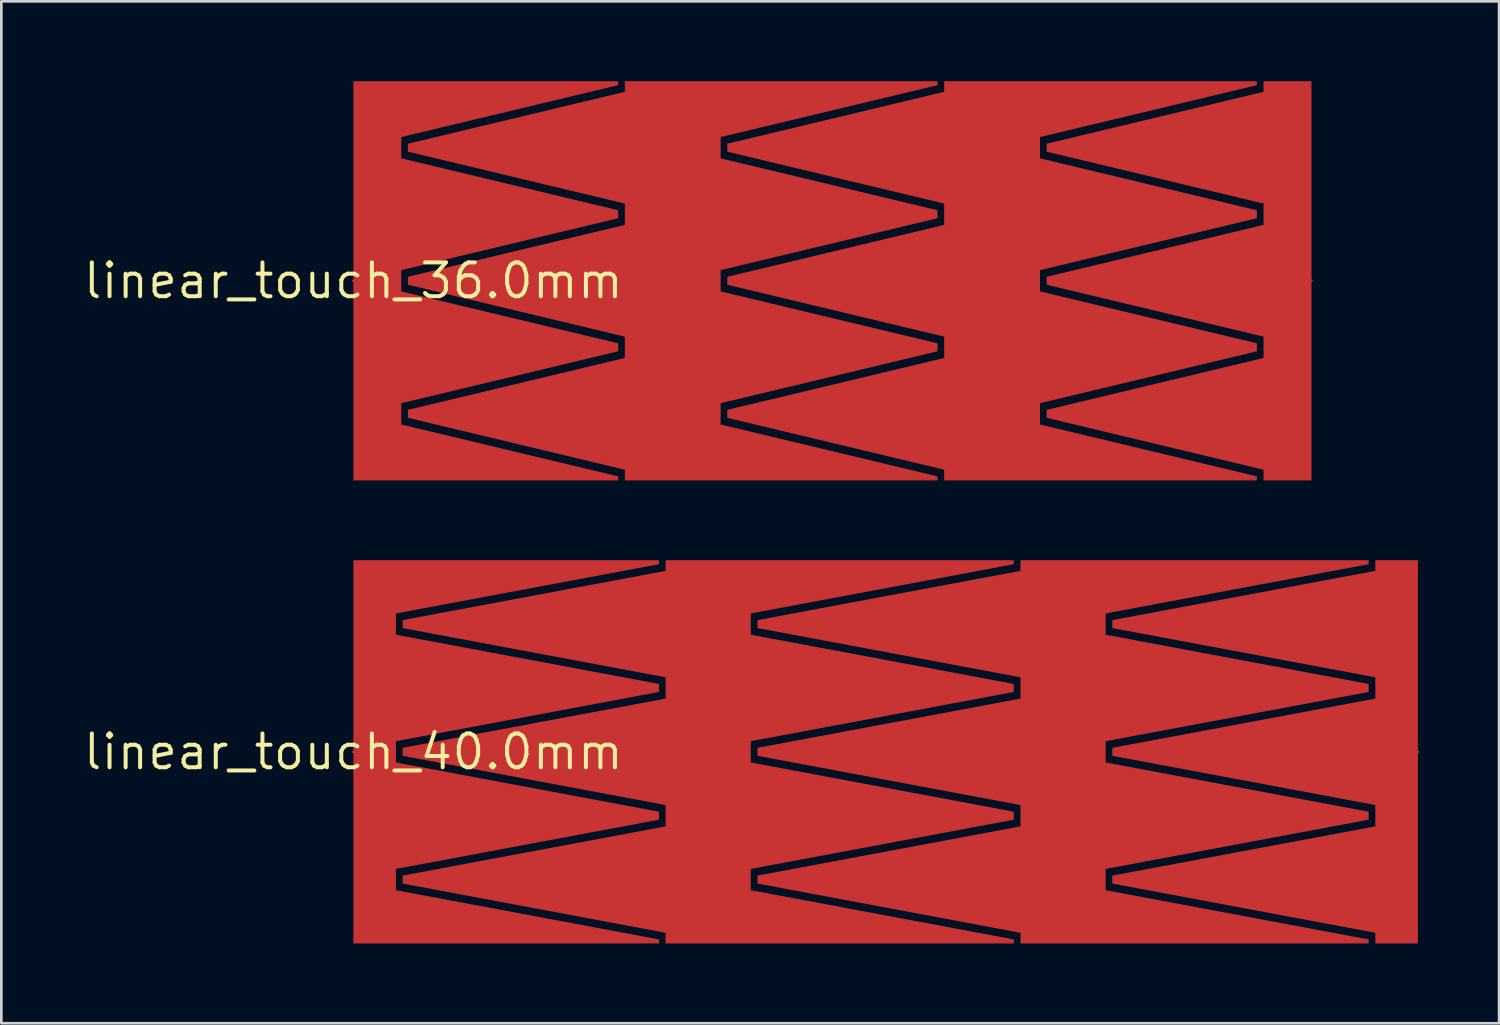
<source format=kicad_pcb>
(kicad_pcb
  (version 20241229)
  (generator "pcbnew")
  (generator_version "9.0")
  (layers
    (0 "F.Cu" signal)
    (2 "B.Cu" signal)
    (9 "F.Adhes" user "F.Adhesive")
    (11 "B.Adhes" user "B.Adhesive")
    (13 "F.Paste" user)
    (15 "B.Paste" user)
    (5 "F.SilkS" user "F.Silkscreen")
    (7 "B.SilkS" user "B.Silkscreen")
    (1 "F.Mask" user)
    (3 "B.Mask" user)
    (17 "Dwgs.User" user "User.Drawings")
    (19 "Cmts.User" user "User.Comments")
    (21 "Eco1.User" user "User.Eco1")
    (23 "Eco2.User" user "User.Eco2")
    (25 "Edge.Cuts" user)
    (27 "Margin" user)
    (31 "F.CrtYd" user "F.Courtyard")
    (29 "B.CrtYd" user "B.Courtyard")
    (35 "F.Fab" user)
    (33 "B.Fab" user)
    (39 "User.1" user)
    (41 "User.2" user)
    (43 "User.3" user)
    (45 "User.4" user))
  (footprint "linear_touch_36.0mm"
    (layer "F.Cu")
    (at 10.228 7.5)
    (property "Reference" "linear_touch_36.0mm" (at 0 0 0) (layer "F.SilkS") (effects (font (size 1.27 1.27) (thickness 0.15))))
    (attr through_hole)
    (pad "1" smd custom (at 0 0) (size 0.1 0.1) (layers "F.Cu" "F.Mask" "F.Paste") (options (anchor circle)) (primitives (gr_poly (pts (xy 0 -7.5) (xy 9.95 -7.5) (xy 9.95 -7.35) (xy 1.8 -5.4) (xy 1.8 -4.6) (xy 9.95 -2.65) (xy 9.95 -2.35) (xy 1.8 -0.4) (xy 1.8 0.4) (xy 9.95 2.35) (xy 9.95 2.65) (xy 1.8 4.6) (xy 1.8 5.4) (xy 9.95 7.35) (xy 9.95 7.5) (xy 0 7.5)) (width 0.0001) (fill yes))))
    (pad "2" smd custom (at 12 0) (size 0.1 0.1) (layers "F.Cu" "F.Mask" "F.Paste") (options (anchor circle)) (primitives (gr_poly (pts (xy 0 -7.5) (xy 9.95 -7.5) (xy 9.95 -7.35) (xy 1.8 -5.4) (xy 1.8 -4.6) (xy 9.95 -2.65) (xy 9.95 -2.35) (xy 1.8 -0.4) (xy 1.8 0.4) (xy 9.95 2.35) (xy 9.95 2.65) (xy 1.8 4.6) (xy 1.8 5.4) (xy 9.95 7.35) (xy 9.95 7.5) (xy 0 7.5) (xy -1.8 7.5) (xy -1.8 7.1) (xy -9.95 5.15) (xy -9.95 4.85) (xy -1.8 2.9) (xy -1.8 2.1) (xy -9.95 0.15) (xy -9.95 -0.15) (xy -1.8 -2.1) (xy -1.8 -2.9) (xy -9.95 -4.85) (xy -9.95 -5.15) (xy -1.8 -7.1) (xy -1.8 -7.5)) (width 0.0001) (fill yes))))
    (pad "3" smd custom (at 24 0) (size 0.1 0.1) (layers "F.Cu" "F.Mask" "F.Paste") (options (anchor circle)) (primitives (gr_poly (pts (xy 0 -7.5) (xy 9.95 -7.5) (xy 9.95 -7.35) (xy 1.8 -5.4) (xy 1.8 -4.6) (xy 9.95 -2.65) (xy 9.95 -2.35) (xy 1.8 -0.4) (xy 1.8 0.4) (xy 9.95 2.35) (xy 9.95 2.65) (xy 1.8 4.6) (xy 1.8 5.4) (xy 9.95 7.35) (xy 9.95 7.5) (xy 0 7.5) (xy -1.8 7.5) (xy -1.8 7.1) (xy -9.95 5.15) (xy -9.95 4.85) (xy -1.8 2.9) (xy -1.8 2.1) (xy -9.95 0.15) (xy -9.95 -0.15) (xy -1.8 -2.1) (xy -1.8 -2.9) (xy -9.95 -4.85) (xy -9.95 -5.15) (xy -1.8 -7.1) (xy -1.8 -7.5)) (width 0.0001) (fill yes))))
    (pad "4" smd custom (at 36 0) (size 0.1 0.1) (layers "F.Cu" "F.Mask" "F.Paste") (options (anchor circle)) (primitives (gr_poly (pts (xy 0 7.5) (xy -1.8 7.5) (xy -1.8 7.1) (xy -9.95 5.15) (xy -9.95 4.85) (xy -1.8 2.9) (xy -1.8 2.1) (xy -9.95 0.15) (xy -9.95 -0.15) (xy -1.8 -2.1) (xy -1.8 -2.9) (xy -9.95 -4.85) (xy -9.95 -5.15) (xy -1.8 -7.1) (xy -1.8 -7.5) (xy 0 -7.5)) (width 0.0001) (fill yes)))))
  (footprint "linear_touch_40.0mm"
    (layer "F.Cu")
    (at 10.228 25.2)
    (property "Reference" "linear_touch_40.0mm" (at 0 0 0) (layer "F.SilkS") (effects (font (size 1.27 1.27) (thickness 0.15))))
    (attr through_hole)
    (pad "1" smd custom (at 0 0) (size 0.1 0.1) (layers "F.Cu") (options (anchor circle)) (primitives (gr_poly (pts (xy 0 -7.2) (xy 11.483 -7.2) (xy 11.483 -7.05) (xy 1.6 -5.2) (xy 1.6 -4.4) (xy 11.483 -2.55) (xy 11.483 -2.25) (xy 1.6 -0.4) (xy 1.6 0.4) (xy 11.483 2.25) (xy 11.483 2.55) (xy 1.6 4.4) (xy 1.6 5.2) (xy 11.483 7.05) (xy 11.483 7.2) (xy 0 7.2)) (width 0.0001) (fill yes))))
    (pad "2" smd custom (at 13.333 0) (size 0.1 0.1) (layers "F.Cu") (options (anchor circle)) (primitives (gr_poly (pts (xy 0 -7.2) (xy 11.483 -7.2) (xy 11.483 -7.05) (xy 1.6 -5.2) (xy 1.6 -4.4) (xy 11.483 -2.55) (xy 11.483 -2.25) (xy 1.6 -0.4) (xy 1.6 0.4) (xy 11.483 2.25) (xy 11.483 2.55) (xy 1.6 4.4) (xy 1.6 5.2) (xy 11.483 7.05) (xy 11.483 7.2) (xy 0 7.2) (xy -1.6 7.2) (xy -1.6 6.8) (xy -11.483 4.95) (xy -11.483 4.65) (xy -1.6 2.8) (xy -1.6 2) (xy -11.483 0.15) (xy -11.483 -0.15) (xy -1.6 -2) (xy -1.6 -2.8) (xy -11.483 -4.65) (xy -11.483 -4.95) (xy -1.6 -6.8) (xy -1.6 -7.2)) (width 0.0001) (fill yes))))
    (pad "3" smd custom (at 26.667 0) (size 0.1 0.1) (layers "F.Cu") (options (anchor circle)) (primitives (gr_poly (pts (xy 0 -7.2) (xy 11.483 -7.2) (xy 11.483 -7.05) (xy 1.6 -5.2) (xy 1.6 -4.4) (xy 11.483 -2.55) (xy 11.483 -2.25) (xy 1.6 -0.4) (xy 1.6 0.4) (xy 11.483 2.25) (xy 11.483 2.55) (xy 1.6 4.4) (xy 1.6 5.2) (xy 11.483 7.05) (xy 11.483 7.2) (xy 0 7.2) (xy -1.6 7.2) (xy -1.6 6.8) (xy -11.483 4.95) (xy -11.483 4.65) (xy -1.6 2.8) (xy -1.6 2) (xy -11.483 0.15) (xy -11.483 -0.15) (xy -1.6 -2) (xy -1.6 -2.8) (xy -11.483 -4.65) (xy -11.483 -4.95) (xy -1.6 -6.8) (xy -1.6 -7.2)) (width 0.0001) (fill yes))))
    (pad "4" smd custom (at 40 0) (size 0.1 0.1) (layers "F.Cu") (options (anchor circle)) (primitives (gr_poly (pts (xy 0 7.2) (xy -1.6 7.2) (xy -1.6 6.8) (xy -11.483 4.95) (xy -11.483 4.65) (xy -1.6 2.8) (xy -1.6 2) (xy -11.483 0.15) (xy -11.483 -0.15) (xy -1.6 -2) (xy -1.6 -2.8) (xy -11.483 -4.65) (xy -11.483 -4.95) (xy -1.6 -6.8) (xy -1.6 -7.2) (xy 0 -7.2)) (width 0.0001) (fill yes)))))
  (gr_rect
    (start -3 -3)
    (end 53.278 35.4)
    (stroke (width 0.1) (type default))
    (fill no)
    (layer "Edge.Cuts")))
</source>
